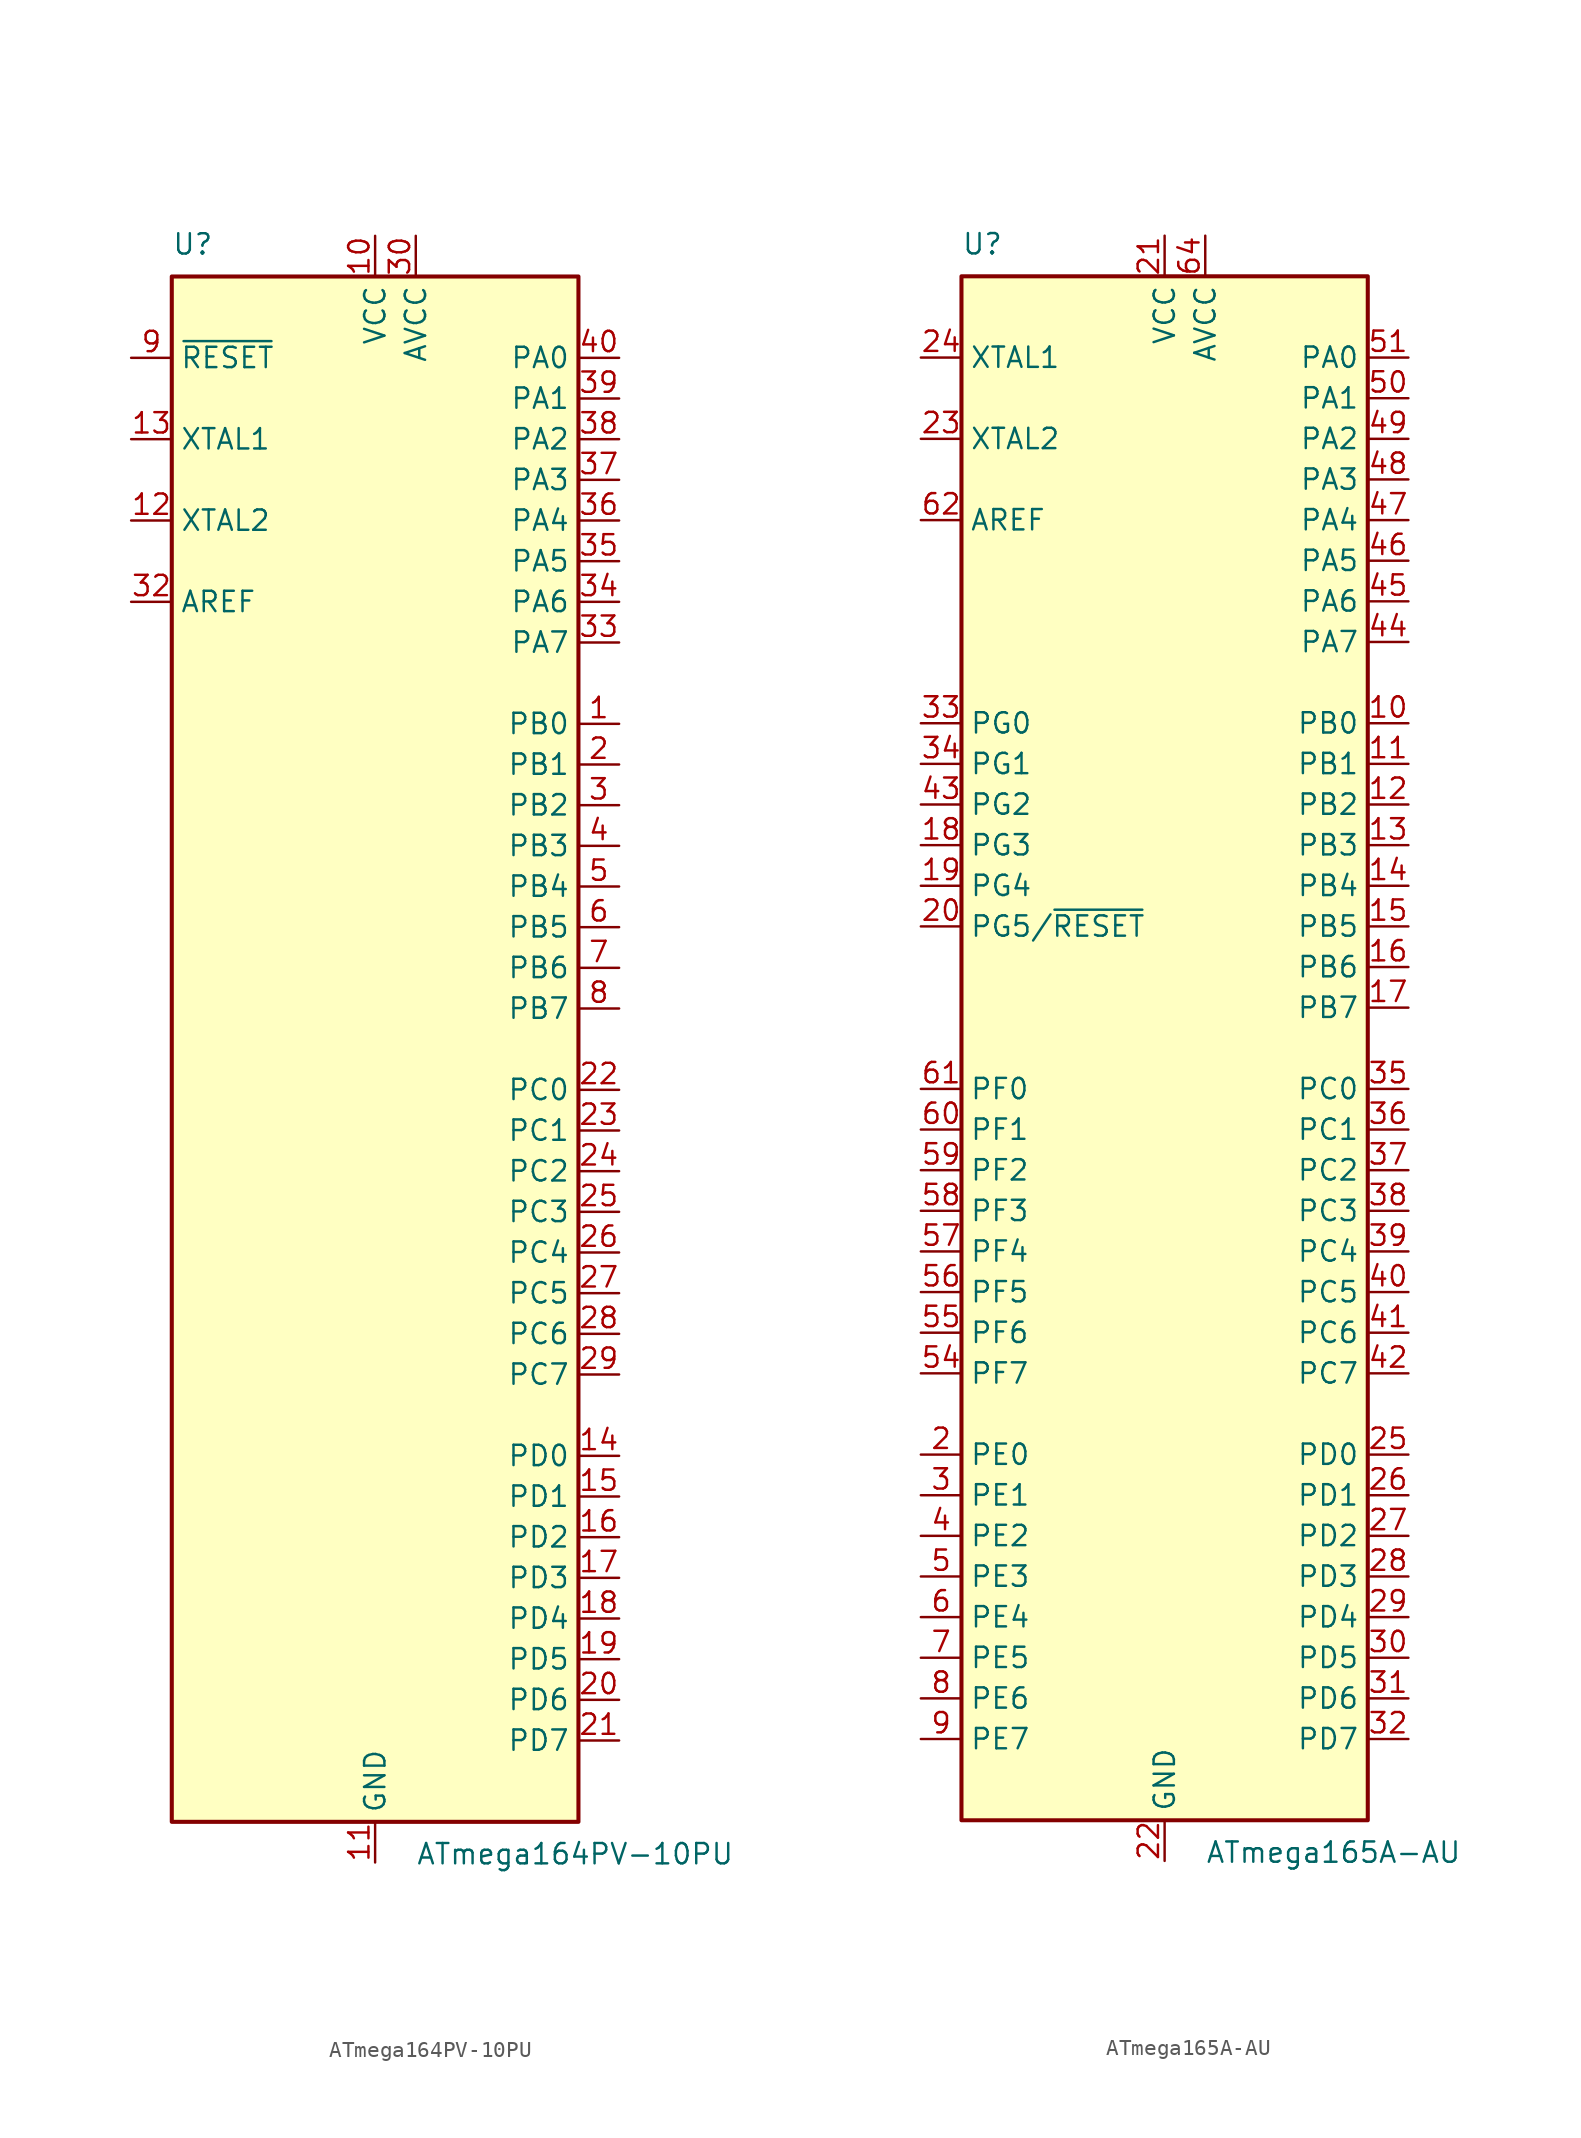
<source format=kicad_sym>
(kicad_symbol_lib
  (version 20211014)
  (generator kicad_symbol_editor)
  (symbol "ATmega164PV-10PU"
    (property "Reference" "U"
      (at -12.7 49.53 0)
      (effects (font (size 1.27 1.27)) (justify left bottom)))
    (property "Value" "ATmega164PV-10PU"
      (at 2.54 -49.53 0)
      (effects (font (size 1.27 1.27)) (justify left top)))
    (symbol "ATmega164PV-10PU_0_1"
      (rectangle (start -12.7 -48.26) (end 12.7 48.26) (stroke (width 0.254) (type default) (color 0 0 0 0)) (fill (type background))))
    (symbol "ATmega164PV-10PU_1_1"
      (pin bidirectional line (at 15.24 20.32 180) (length 2.54) (name "PB0" (effects (font (size 1.27 1.27)))) (number "1" (effects (font (size 1.27 1.27)))))
      (pin power_in line (at 0 50.8 270) (length 2.54) (name "VCC" (effects (font (size 1.27 1.27)))) (number "10" (effects (font (size 1.27 1.27)))))
      (pin power_in line (at 0 -50.8 90) (length 2.54) (name "GND" (effects (font (size 1.27 1.27)))) (number "11" (effects (font (size 1.27 1.27)))))
      (pin output line (at -15.24 33.02 0) (length 2.54) (name "XTAL2" (effects (font (size 1.27 1.27)))) (number "12" (effects (font (size 1.27 1.27)))))
      (pin input line (at -15.24 38.1 0) (length 2.54) (name "XTAL1" (effects (font (size 1.27 1.27)))) (number "13" (effects (font (size 1.27 1.27)))))
      (pin bidirectional line (at 15.24 -25.4 180) (length 2.54) (name "PD0" (effects (font (size 1.27 1.27)))) (number "14" (effects (font (size 1.27 1.27)))))
      (pin bidirectional line (at 15.24 -27.94 180) (length 2.54) (name "PD1" (effects (font (size 1.27 1.27)))) (number "15" (effects (font (size 1.27 1.27)))))
      (pin bidirectional line (at 15.24 -30.48 180) (length 2.54) (name "PD2" (effects (font (size 1.27 1.27)))) (number "16" (effects (font (size 1.27 1.27)))))
      (pin bidirectional line (at 15.24 -33.02 180) (length 2.54) (name "PD3" (effects (font (size 1.27 1.27)))) (number "17" (effects (font (size 1.27 1.27)))))
      (pin bidirectional line (at 15.24 -35.56 180) (length 2.54) (name "PD4" (effects (font (size 1.27 1.27)))) (number "18" (effects (font (size 1.27 1.27)))))
      (pin bidirectional line (at 15.24 -38.1 180) (length 2.54) (name "PD5" (effects (font (size 1.27 1.27)))) (number "19" (effects (font (size 1.27 1.27)))))
      (pin bidirectional line (at 15.24 17.78 180) (length 2.54) (name "PB1" (effects (font (size 1.27 1.27)))) (number "2" (effects (font (size 1.27 1.27)))))
      (pin bidirectional line (at 15.24 -40.64 180) (length 2.54) (name "PD6" (effects (font (size 1.27 1.27)))) (number "20" (effects (font (size 1.27 1.27)))))
      (pin bidirectional line (at 15.24 -43.18 180) (length 2.54) (name "PD7" (effects (font (size 1.27 1.27)))) (number "21" (effects (font (size 1.27 1.27)))))
      (pin bidirectional line (at 15.24 -2.54 180) (length 2.54) (name "PC0" (effects (font (size 1.27 1.27)))) (number "22" (effects (font (size 1.27 1.27)))))
      (pin bidirectional line (at 15.24 -5.08 180) (length 2.54) (name "PC1" (effects (font (size 1.27 1.27)))) (number "23" (effects (font (size 1.27 1.27)))))
      (pin bidirectional line (at 15.24 -7.62 180) (length 2.54) (name "PC2" (effects (font (size 1.27 1.27)))) (number "24" (effects (font (size 1.27 1.27)))))
      (pin bidirectional line (at 15.24 -10.16 180) (length 2.54) (name "PC3" (effects (font (size 1.27 1.27)))) (number "25" (effects (font (size 1.27 1.27)))))
      (pin bidirectional line (at 15.24 -12.7 180) (length 2.54) (name "PC4" (effects (font (size 1.27 1.27)))) (number "26" (effects (font (size 1.27 1.27)))))
      (pin bidirectional line (at 15.24 -15.24 180) (length 2.54) (name "PC5" (effects (font (size 1.27 1.27)))) (number "27" (effects (font (size 1.27 1.27)))))
      (pin bidirectional line (at 15.24 -17.78 180) (length 2.54) (name "PC6" (effects (font (size 1.27 1.27)))) (number "28" (effects (font (size 1.27 1.27)))))
      (pin bidirectional line (at 15.24 -20.32 180) (length 2.54) (name "PC7" (effects (font (size 1.27 1.27)))) (number "29" (effects (font (size 1.27 1.27)))))
      (pin bidirectional line (at 15.24 15.24 180) (length 2.54) (name "PB2" (effects (font (size 1.27 1.27)))) (number "3" (effects (font (size 1.27 1.27)))))
      (pin power_in line (at 2.54 50.8 270) (length 2.54) (name "AVCC" (effects (font (size 1.27 1.27)))) (number "30" (effects (font (size 1.27 1.27)))))
      (pin passive line (at 0 -50.8 90) (length 2.54) hide (name "GND" (effects (font (size 1.27 1.27)))) (number "31" (effects (font (size 1.27 1.27)))))
      (pin passive line (at -15.24 27.94 0) (length 2.54) (name "AREF" (effects (font (size 1.27 1.27)))) (number "32" (effects (font (size 1.27 1.27)))))
      (pin bidirectional line (at 15.24 25.4 180) (length 2.54) (name "PA7" (effects (font (size 1.27 1.27)))) (number "33" (effects (font (size 1.27 1.27)))))
      (pin bidirectional line (at 15.24 27.94 180) (length 2.54) (name "PA6" (effects (font (size 1.27 1.27)))) (number "34" (effects (font (size 1.27 1.27)))))
      (pin bidirectional line (at 15.24 30.48 180) (length 2.54) (name "PA5" (effects (font (size 1.27 1.27)))) (number "35" (effects (font (size 1.27 1.27)))))
      (pin bidirectional line (at 15.24 33.02 180) (length 2.54) (name "PA4" (effects (font (size 1.27 1.27)))) (number "36" (effects (font (size 1.27 1.27)))))
      (pin bidirectional line (at 15.24 35.56 180) (length 2.54) (name "PA3" (effects (font (size 1.27 1.27)))) (number "37" (effects (font (size 1.27 1.27)))))
      (pin bidirectional line (at 15.24 38.1 180) (length 2.54) (name "PA2" (effects (font (size 1.27 1.27)))) (number "38" (effects (font (size 1.27 1.27)))))
      (pin bidirectional line (at 15.24 40.64 180) (length 2.54) (name "PA1" (effects (font (size 1.27 1.27)))) (number "39" (effects (font (size 1.27 1.27)))))
      (pin bidirectional line (at 15.24 12.7 180) (length 2.54) (name "PB3" (effects (font (size 1.27 1.27)))) (number "4" (effects (font (size 1.27 1.27)))))
      (pin bidirectional line (at 15.24 43.18 180) (length 2.54) (name "PA0" (effects (font (size 1.27 1.27)))) (number "40" (effects (font (size 1.27 1.27)))))
      (pin bidirectional line (at 15.24 10.16 180) (length 2.54) (name "PB4" (effects (font (size 1.27 1.27)))) (number "5" (effects (font (size 1.27 1.27)))))
      (pin bidirectional line (at 15.24 7.62 180) (length 2.54) (name "PB5" (effects (font (size 1.27 1.27)))) (number "6" (effects (font (size 1.27 1.27)))))
      (pin bidirectional line (at 15.24 5.08 180) (length 2.54) (name "PB6" (effects (font (size 1.27 1.27)))) (number "7" (effects (font (size 1.27 1.27)))))
      (pin bidirectional line (at 15.24 2.54 180) (length 2.54) (name "PB7" (effects (font (size 1.27 1.27)))) (number "8" (effects (font (size 1.27 1.27)))))
      (pin input line (at -15.24 43.18 0) (length 2.54) (name "~{RESET}" (effects (font (size 1.27 1.27)))) (number "9" (effects (font (size 1.27 1.27)))))))
  (symbol "ATmega165A-AU"
    (property "Reference" "U"
      (at -12.7 49.53 0)
      (effects (font (size 1.27 1.27)) (justify left bottom)))
    (property "Value" "ATmega165A-AU"
      (at 2.54 -49.53 0)
      (effects (font (size 1.27 1.27)) (justify left top)))
    (symbol "ATmega165A-AU_0_1"
      (rectangle (start -12.7 -48.26) (end 12.7 48.26) (stroke (width 0.254) (type default) (color 0 0 0 0)) (fill (type background))))
    (symbol "ATmega165A-AU_1_1"
      (pin no_connect line (at -12.7 -45.72 0) (length 2.54) hide (name "NC" (effects (font (size 1.27 1.27)))) (number "1" (effects (font (size 1.27 1.27)))))
      (pin bidirectional line (at 15.24 20.32 180) (length 2.54) (name "PB0" (effects (font (size 1.27 1.27)))) (number "10" (effects (font (size 1.27 1.27)))))
      (pin bidirectional line (at 15.24 17.78 180) (length 2.54) (name "PB1" (effects (font (size 1.27 1.27)))) (number "11" (effects (font (size 1.27 1.27)))))
      (pin bidirectional line (at 15.24 15.24 180) (length 2.54) (name "PB2" (effects (font (size 1.27 1.27)))) (number "12" (effects (font (size 1.27 1.27)))))
      (pin bidirectional line (at 15.24 12.7 180) (length 2.54) (name "PB3" (effects (font (size 1.27 1.27)))) (number "13" (effects (font (size 1.27 1.27)))))
      (pin bidirectional line (at 15.24 10.16 180) (length 2.54) (name "PB4" (effects (font (size 1.27 1.27)))) (number "14" (effects (font (size 1.27 1.27)))))
      (pin bidirectional line (at 15.24 7.62 180) (length 2.54) (name "PB5" (effects (font (size 1.27 1.27)))) (number "15" (effects (font (size 1.27 1.27)))))
      (pin bidirectional line (at 15.24 5.08 180) (length 2.54) (name "PB6" (effects (font (size 1.27 1.27)))) (number "16" (effects (font (size 1.27 1.27)))))
      (pin bidirectional line (at 15.24 2.54 180) (length 2.54) (name "PB7" (effects (font (size 1.27 1.27)))) (number "17" (effects (font (size 1.27 1.27)))))
      (pin bidirectional line (at -15.24 12.7 0) (length 2.54) (name "PG3" (effects (font (size 1.27 1.27)))) (number "18" (effects (font (size 1.27 1.27)))))
      (pin bidirectional line (at -15.24 10.16 0) (length 2.54) (name "PG4" (effects (font (size 1.27 1.27)))) (number "19" (effects (font (size 1.27 1.27)))))
      (pin bidirectional line (at -15.24 -25.4 0) (length 2.54) (name "PE0" (effects (font (size 1.27 1.27)))) (number "2" (effects (font (size 1.27 1.27)))))
      (pin bidirectional line (at -15.24 7.62 0) (length 2.54) (name "PG5/~{RESET}" (effects (font (size 1.27 1.27)))) (number "20" (effects (font (size 1.27 1.27)))))
      (pin power_in line (at 0 50.8 270) (length 2.54) (name "VCC" (effects (font (size 1.27 1.27)))) (number "21" (effects (font (size 1.27 1.27)))))
      (pin power_in line (at 0 -50.8 90) (length 2.54) (name "GND" (effects (font (size 1.27 1.27)))) (number "22" (effects (font (size 1.27 1.27)))))
      (pin output line (at -15.24 38.1 0) (length 2.54) (name "XTAL2" (effects (font (size 1.27 1.27)))) (number "23" (effects (font (size 1.27 1.27)))))
      (pin input line (at -15.24 43.18 0) (length 2.54) (name "XTAL1" (effects (font (size 1.27 1.27)))) (number "24" (effects (font (size 1.27 1.27)))))
      (pin bidirectional line (at 15.24 -25.4 180) (length 2.54) (name "PD0" (effects (font (size 1.27 1.27)))) (number "25" (effects (font (size 1.27 1.27)))))
      (pin bidirectional line (at 15.24 -27.94 180) (length 2.54) (name "PD1" (effects (font (size 1.27 1.27)))) (number "26" (effects (font (size 1.27 1.27)))))
      (pin bidirectional line (at 15.24 -30.48 180) (length 2.54) (name "PD2" (effects (font (size 1.27 1.27)))) (number "27" (effects (font (size 1.27 1.27)))))
      (pin bidirectional line (at 15.24 -33.02 180) (length 2.54) (name "PD3" (effects (font (size 1.27 1.27)))) (number "28" (effects (font (size 1.27 1.27)))))
      (pin bidirectional line (at 15.24 -35.56 180) (length 2.54) (name "PD4" (effects (font (size 1.27 1.27)))) (number "29" (effects (font (size 1.27 1.27)))))
      (pin bidirectional line (at -15.24 -27.94 0) (length 2.54) (name "PE1" (effects (font (size 1.27 1.27)))) (number "3" (effects (font (size 1.27 1.27)))))
      (pin bidirectional line (at 15.24 -38.1 180) (length 2.54) (name "PD5" (effects (font (size 1.27 1.27)))) (number "30" (effects (font (size 1.27 1.27)))))
      (pin bidirectional line (at 15.24 -40.64 180) (length 2.54) (name "PD6" (effects (font (size 1.27 1.27)))) (number "31" (effects (font (size 1.27 1.27)))))
      (pin bidirectional line (at 15.24 -43.18 180) (length 2.54) (name "PD7" (effects (font (size 1.27 1.27)))) (number "32" (effects (font (size 1.27 1.27)))))
      (pin bidirectional line (at -15.24 20.32 0) (length 2.54) (name "PG0" (effects (font (size 1.27 1.27)))) (number "33" (effects (font (size 1.27 1.27)))))
      (pin bidirectional line (at -15.24 17.78 0) (length 2.54) (name "PG1" (effects (font (size 1.27 1.27)))) (number "34" (effects (font (size 1.27 1.27)))))
      (pin bidirectional line (at 15.24 -2.54 180) (length 2.54) (name "PC0" (effects (font (size 1.27 1.27)))) (number "35" (effects (font (size 1.27 1.27)))))
      (pin bidirectional line (at 15.24 -5.08 180) (length 2.54) (name "PC1" (effects (font (size 1.27 1.27)))) (number "36" (effects (font (size 1.27 1.27)))))
      (pin bidirectional line (at 15.24 -7.62 180) (length 2.54) (name "PC2" (effects (font (size 1.27 1.27)))) (number "37" (effects (font (size 1.27 1.27)))))
      (pin bidirectional line (at 15.24 -10.16 180) (length 2.54) (name "PC3" (effects (font (size 1.27 1.27)))) (number "38" (effects (font (size 1.27 1.27)))))
      (pin bidirectional line (at 15.24 -12.7 180) (length 2.54) (name "PC4" (effects (font (size 1.27 1.27)))) (number "39" (effects (font (size 1.27 1.27)))))
      (pin bidirectional line (at -15.24 -30.48 0) (length 2.54) (name "PE2" (effects (font (size 1.27 1.27)))) (number "4" (effects (font (size 1.27 1.27)))))
      (pin bidirectional line (at 15.24 -15.24 180) (length 2.54) (name "PC5" (effects (font (size 1.27 1.27)))) (number "40" (effects (font (size 1.27 1.27)))))
      (pin bidirectional line (at 15.24 -17.78 180) (length 2.54) (name "PC6" (effects (font (size 1.27 1.27)))) (number "41" (effects (font (size 1.27 1.27)))))
      (pin bidirectional line (at 15.24 -20.32 180) (length 2.54) (name "PC7" (effects (font (size 1.27 1.27)))) (number "42" (effects (font (size 1.27 1.27)))))
      (pin bidirectional line (at -15.24 15.24 0) (length 2.54) (name "PG2" (effects (font (size 1.27 1.27)))) (number "43" (effects (font (size 1.27 1.27)))))
      (pin bidirectional line (at 15.24 25.4 180) (length 2.54) (name "PA7" (effects (font (size 1.27 1.27)))) (number "44" (effects (font (size 1.27 1.27)))))
      (pin bidirectional line (at 15.24 27.94 180) (length 2.54) (name "PA6" (effects (font (size 1.27 1.27)))) (number "45" (effects (font (size 1.27 1.27)))))
      (pin bidirectional line (at 15.24 30.48 180) (length 2.54) (name "PA5" (effects (font (size 1.27 1.27)))) (number "46" (effects (font (size 1.27 1.27)))))
      (pin bidirectional line (at 15.24 33.02 180) (length 2.54) (name "PA4" (effects (font (size 1.27 1.27)))) (number "47" (effects (font (size 1.27 1.27)))))
      (pin bidirectional line (at 15.24 35.56 180) (length 2.54) (name "PA3" (effects (font (size 1.27 1.27)))) (number "48" (effects (font (size 1.27 1.27)))))
      (pin bidirectional line (at 15.24 38.1 180) (length 2.54) (name "PA2" (effects (font (size 1.27 1.27)))) (number "49" (effects (font (size 1.27 1.27)))))
      (pin bidirectional line (at -15.24 -33.02 0) (length 2.54) (name "PE3" (effects (font (size 1.27 1.27)))) (number "5" (effects (font (size 1.27 1.27)))))
      (pin bidirectional line (at 15.24 40.64 180) (length 2.54) (name "PA1" (effects (font (size 1.27 1.27)))) (number "50" (effects (font (size 1.27 1.27)))))
      (pin bidirectional line (at 15.24 43.18 180) (length 2.54) (name "PA0" (effects (font (size 1.27 1.27)))) (number "51" (effects (font (size 1.27 1.27)))))
      (pin passive line (at 0 50.8 270) (length 2.54) hide (name "VCC" (effects (font (size 1.27 1.27)))) (number "52" (effects (font (size 1.27 1.27)))))
      (pin passive line (at 0 -50.8 90) (length 2.54) hide (name "GND" (effects (font (size 1.27 1.27)))) (number "53" (effects (font (size 1.27 1.27)))))
      (pin bidirectional line (at -15.24 -20.32 0) (length 2.54) (name "PF7" (effects (font (size 1.27 1.27)))) (number "54" (effects (font (size 1.27 1.27)))))
      (pin bidirectional line (at -15.24 -17.78 0) (length 2.54) (name "PF6" (effects (font (size 1.27 1.27)))) (number "55" (effects (font (size 1.27 1.27)))))
      (pin bidirectional line (at -15.24 -15.24 0) (length 2.54) (name "PF5" (effects (font (size 1.27 1.27)))) (number "56" (effects (font (size 1.27 1.27)))))
      (pin bidirectional line (at -15.24 -12.7 0) (length 2.54) (name "PF4" (effects (font (size 1.27 1.27)))) (number "57" (effects (font (size 1.27 1.27)))))
      (pin bidirectional line (at -15.24 -10.16 0) (length 2.54) (name "PF3" (effects (font (size 1.27 1.27)))) (number "58" (effects (font (size 1.27 1.27)))))
      (pin bidirectional line (at -15.24 -7.62 0) (length 2.54) (name "PF2" (effects (font (size 1.27 1.27)))) (number "59" (effects (font (size 1.27 1.27)))))
      (pin bidirectional line (at -15.24 -35.56 0) (length 2.54) (name "PE4" (effects (font (size 1.27 1.27)))) (number "6" (effects (font (size 1.27 1.27)))))
      (pin bidirectional line (at -15.24 -5.08 0) (length 2.54) (name "PF1" (effects (font (size 1.27 1.27)))) (number "60" (effects (font (size 1.27 1.27)))))
      (pin bidirectional line (at -15.24 -2.54 0) (length 2.54) (name "PF0" (effects (font (size 1.27 1.27)))) (number "61" (effects (font (size 1.27 1.27)))))
      (pin passive line (at -15.24 33.02 0) (length 2.54) (name "AREF" (effects (font (size 1.27 1.27)))) (number "62" (effects (font (size 1.27 1.27)))))
      (pin passive line (at 0 -50.8 90) (length 2.54) hide (name "GND" (effects (font (size 1.27 1.27)))) (number "63" (effects (font (size 1.27 1.27)))))
      (pin power_in line (at 2.54 50.8 270) (length 2.54) (name "AVCC" (effects (font (size 1.27 1.27)))) (number "64" (effects (font (size 1.27 1.27)))))
      (pin bidirectional line (at -15.24 -38.1 0) (length 2.54) (name "PE5" (effects (font (size 1.27 1.27)))) (number "7" (effects (font (size 1.27 1.27)))))
      (pin bidirectional line (at -15.24 -40.64 0) (length 2.54) (name "PE6" (effects (font (size 1.27 1.27)))) (number "8" (effects (font (size 1.27 1.27)))))
      (pin bidirectional line (at -15.24 -43.18 0) (length 2.54) (name "PE7" (effects (font (size 1.27 1.27)))) (number "9" (effects (font (size 1.27 1.27))))))))
</source>
